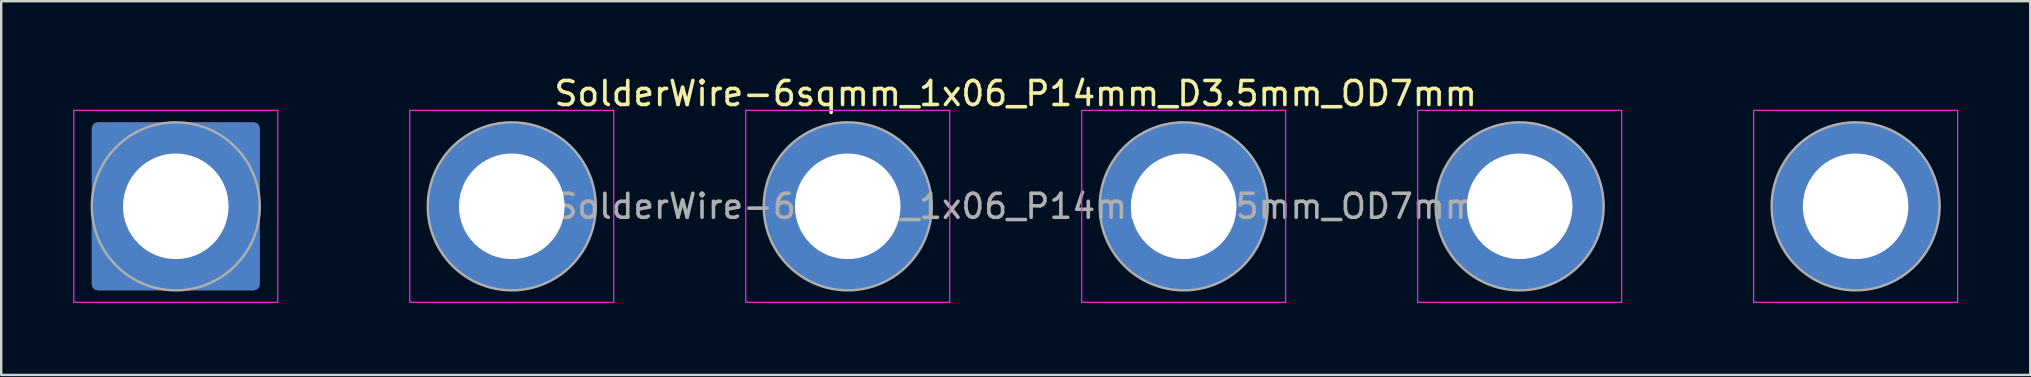
<source format=kicad_pcb>
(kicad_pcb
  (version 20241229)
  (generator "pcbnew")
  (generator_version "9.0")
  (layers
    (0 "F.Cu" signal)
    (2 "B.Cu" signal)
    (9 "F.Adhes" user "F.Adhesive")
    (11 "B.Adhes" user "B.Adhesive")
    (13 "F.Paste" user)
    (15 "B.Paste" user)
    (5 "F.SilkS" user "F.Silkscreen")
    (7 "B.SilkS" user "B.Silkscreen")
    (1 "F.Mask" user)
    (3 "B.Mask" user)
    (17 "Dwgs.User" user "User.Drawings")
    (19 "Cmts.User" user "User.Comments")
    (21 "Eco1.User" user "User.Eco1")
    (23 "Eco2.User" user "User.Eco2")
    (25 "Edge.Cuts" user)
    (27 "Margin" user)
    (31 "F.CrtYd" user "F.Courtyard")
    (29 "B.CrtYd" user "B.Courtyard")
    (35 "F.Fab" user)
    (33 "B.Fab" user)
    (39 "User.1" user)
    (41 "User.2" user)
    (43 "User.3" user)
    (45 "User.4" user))
  (footprint "SolderWire-6sqmm_1x06_P14mm_D3.5mm_OD7mm"
    (layer "F.Cu")
    (at 4.275 5.548)
    (property "Reference" "SolderWire-6sqmm_1x06_P14mm_D3.5mm_OD7mm" (at 35 -4.7 0) (layer "F.SilkS") (effects (font (size 1 1) (thickness 0.15))))
    (attr exclude_from_pos_files exclude_from_bom)
    (fp_line (start -4.25 -4) (end -4.25 4) (stroke (width 0.05) (type solid)) (layer "F.CrtYd"))
    (fp_line (start -4.25 4) (end 4.25 4) (stroke (width 0.05) (type solid)) (layer "F.CrtYd"))
    (fp_line (start 4.25 -4) (end -4.25 -4) (stroke (width 0.05) (type solid)) (layer "F.CrtYd"))
    (fp_line (start 4.25 4) (end 4.25 -4) (stroke (width 0.05) (type solid)) (layer "F.CrtYd"))
    (fp_line (start 9.75 -4) (end 9.75 4) (stroke (width 0.05) (type solid)) (layer "F.CrtYd"))
    (fp_line (start 9.75 4) (end 18.25 4) (stroke (width 0.05) (type solid)) (layer "F.CrtYd"))
    (fp_line (start 18.25 -4) (end 9.75 -4) (stroke (width 0.05) (type solid)) (layer "F.CrtYd"))
    (fp_line (start 18.25 4) (end 18.25 -4) (stroke (width 0.05) (type solid)) (layer "F.CrtYd"))
    (fp_line (start 23.75 -4) (end 23.75 4) (stroke (width 0.05) (type solid)) (layer "F.CrtYd"))
    (fp_line (start 23.75 4) (end 32.25 4) (stroke (width 0.05) (type solid)) (layer "F.CrtYd"))
    (fp_line (start 32.25 -4) (end 23.75 -4) (stroke (width 0.05) (type solid)) (layer "F.CrtYd"))
    (fp_line (start 32.25 4) (end 32.25 -4) (stroke (width 0.05) (type solid)) (layer "F.CrtYd"))
    (fp_line (start 37.75 -4) (end 37.75 4) (stroke (width 0.05) (type solid)) (layer "F.CrtYd"))
    (fp_line (start 37.75 4) (end 46.25 4) (stroke (width 0.05) (type solid)) (layer "F.CrtYd"))
    (fp_line (start 46.25 -4) (end 37.75 -4) (stroke (width 0.05) (type solid)) (layer "F.CrtYd"))
    (fp_line (start 46.25 4) (end 46.25 -4) (stroke (width 0.05) (type solid)) (layer "F.CrtYd"))
    (fp_line (start 51.75 -4) (end 51.75 4) (stroke (width 0.05) (type solid)) (layer "F.CrtYd"))
    (fp_line (start 51.75 4) (end 60.25 4) (stroke (width 0.05) (type solid)) (layer "F.CrtYd"))
    (fp_line (start 60.25 -4) (end 51.75 -4) (stroke (width 0.05) (type solid)) (layer "F.CrtYd"))
    (fp_line (start 60.25 4) (end 60.25 -4) (stroke (width 0.05) (type solid)) (layer "F.CrtYd"))
    (fp_line (start 65.75 -4) (end 65.75 4) (stroke (width 0.05) (type solid)) (layer "F.CrtYd"))
    (fp_line (start 65.75 4) (end 74.25 4) (stroke (width 0.05) (type solid)) (layer "F.CrtYd"))
    (fp_line (start 74.25 -4) (end 65.75 -4) (stroke (width 0.05) (type solid)) (layer "F.CrtYd"))
    (fp_line (start 74.25 4) (end 74.25 -4) (stroke (width 0.05) (type solid)) (layer "F.CrtYd"))
    (fp_circle (center 0 0) (end 3.5 0) (stroke (width 0.1) (type solid)) (fill no) (layer "F.Fab"))
    (fp_circle (center 14 0) (end 17.5 0) (stroke (width 0.1) (type solid)) (fill no) (layer "F.Fab"))
    (fp_circle (center 28 0) (end 31.5 0) (stroke (width 0.1) (type solid)) (fill no) (layer "F.Fab"))
    (fp_circle (center 42 0) (end 45.5 0) (stroke (width 0.1) (type solid)) (fill no) (layer "F.Fab"))
    (fp_circle (center 56 0) (end 59.5 0) (stroke (width 0.1) (type solid)) (fill no) (layer "F.Fab"))
    (fp_circle (center 70 0) (end 73.5 0) (stroke (width 0.1) (type solid)) (fill no) (layer "F.Fab"))
    (fp_text user "${REFERENCE}" (at 35 0 0) (layer "F.Fab") (effects (font (size 1 1) (thickness 0.15))))
    (pad "1" thru_hole roundrect (at 0 0) (size 7 7) (drill 4.4) (layers "*.Cu" "*.Mask") (roundrect_rratio 0.036))
    (pad "2" thru_hole circle (at 14 0) (size 7 7) (drill 4.4) (layers "*.Cu" "*.Mask"))
    (pad "3" thru_hole circle (at 28 0) (size 7 7) (drill 4.4) (layers "*.Cu" "*.Mask"))
    (pad "4" thru_hole circle (at 42 0) (size 7 7) (drill 4.4) (layers "*.Cu" "*.Mask"))
    (pad "5" thru_hole circle (at 56 0) (size 7 7) (drill 4.4) (layers "*.Cu" "*.Mask"))
    (pad "6" thru_hole circle (at 70 0) (size 7 7) (drill 4.4) (layers "*.Cu" "*.Mask")))
  (gr_rect
    (start -3 -3)
    (end 81.55 12.573)
    (stroke (width 0.1) (type default))
    (fill no)
    (layer "Edge.Cuts")))
</source>
